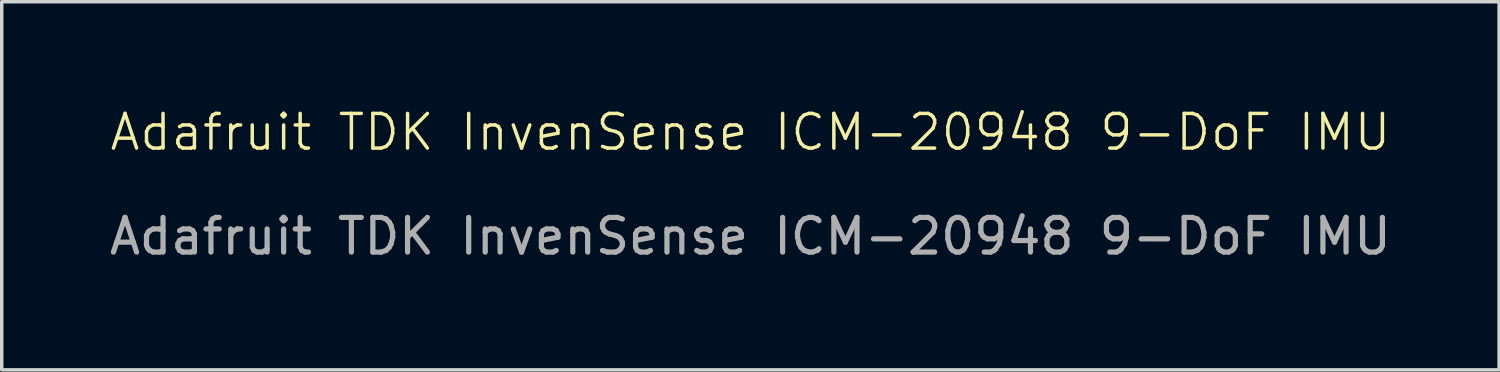
<source format=kicad_pcb>
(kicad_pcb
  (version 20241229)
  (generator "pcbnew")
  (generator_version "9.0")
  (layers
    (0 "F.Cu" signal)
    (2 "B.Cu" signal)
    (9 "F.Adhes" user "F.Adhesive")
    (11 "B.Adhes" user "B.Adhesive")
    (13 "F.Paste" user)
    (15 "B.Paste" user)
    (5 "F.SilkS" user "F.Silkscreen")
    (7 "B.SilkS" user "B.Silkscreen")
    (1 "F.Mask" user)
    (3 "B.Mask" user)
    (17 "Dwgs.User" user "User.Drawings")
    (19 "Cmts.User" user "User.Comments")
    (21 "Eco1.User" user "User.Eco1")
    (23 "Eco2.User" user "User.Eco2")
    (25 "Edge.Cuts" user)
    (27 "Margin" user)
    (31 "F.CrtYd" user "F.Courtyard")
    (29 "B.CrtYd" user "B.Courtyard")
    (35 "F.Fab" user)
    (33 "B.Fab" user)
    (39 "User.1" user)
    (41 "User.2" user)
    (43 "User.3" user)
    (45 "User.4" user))
  (footprint "Adafruit TDK InvenSense ICM-20948 9-DoF IMU"
    (layer "F.Cu")
    (at 18.577 1.26)
    (property "Reference" "Adafruit TDK InvenSense ICM-20948 9-DoF IMU" (at 0 -0.5 0) (unlocked yes) (layer "F.SilkS") (effects (font (size 1 1) (thickness 0.1))))
    (attr through_hole)
    (fp_text user "${REFERENCE}" (at 0 2.5 0) (unlocked yes) (layer "F.Fab") (effects (font (size 1 1) (thickness 0.15)))))
  (gr_rect
    (start -3 -3)
    (end 40.155 7.609)
    (stroke (width 0.1) (type default))
    (fill no)
    (layer "Edge.Cuts")))
</source>
